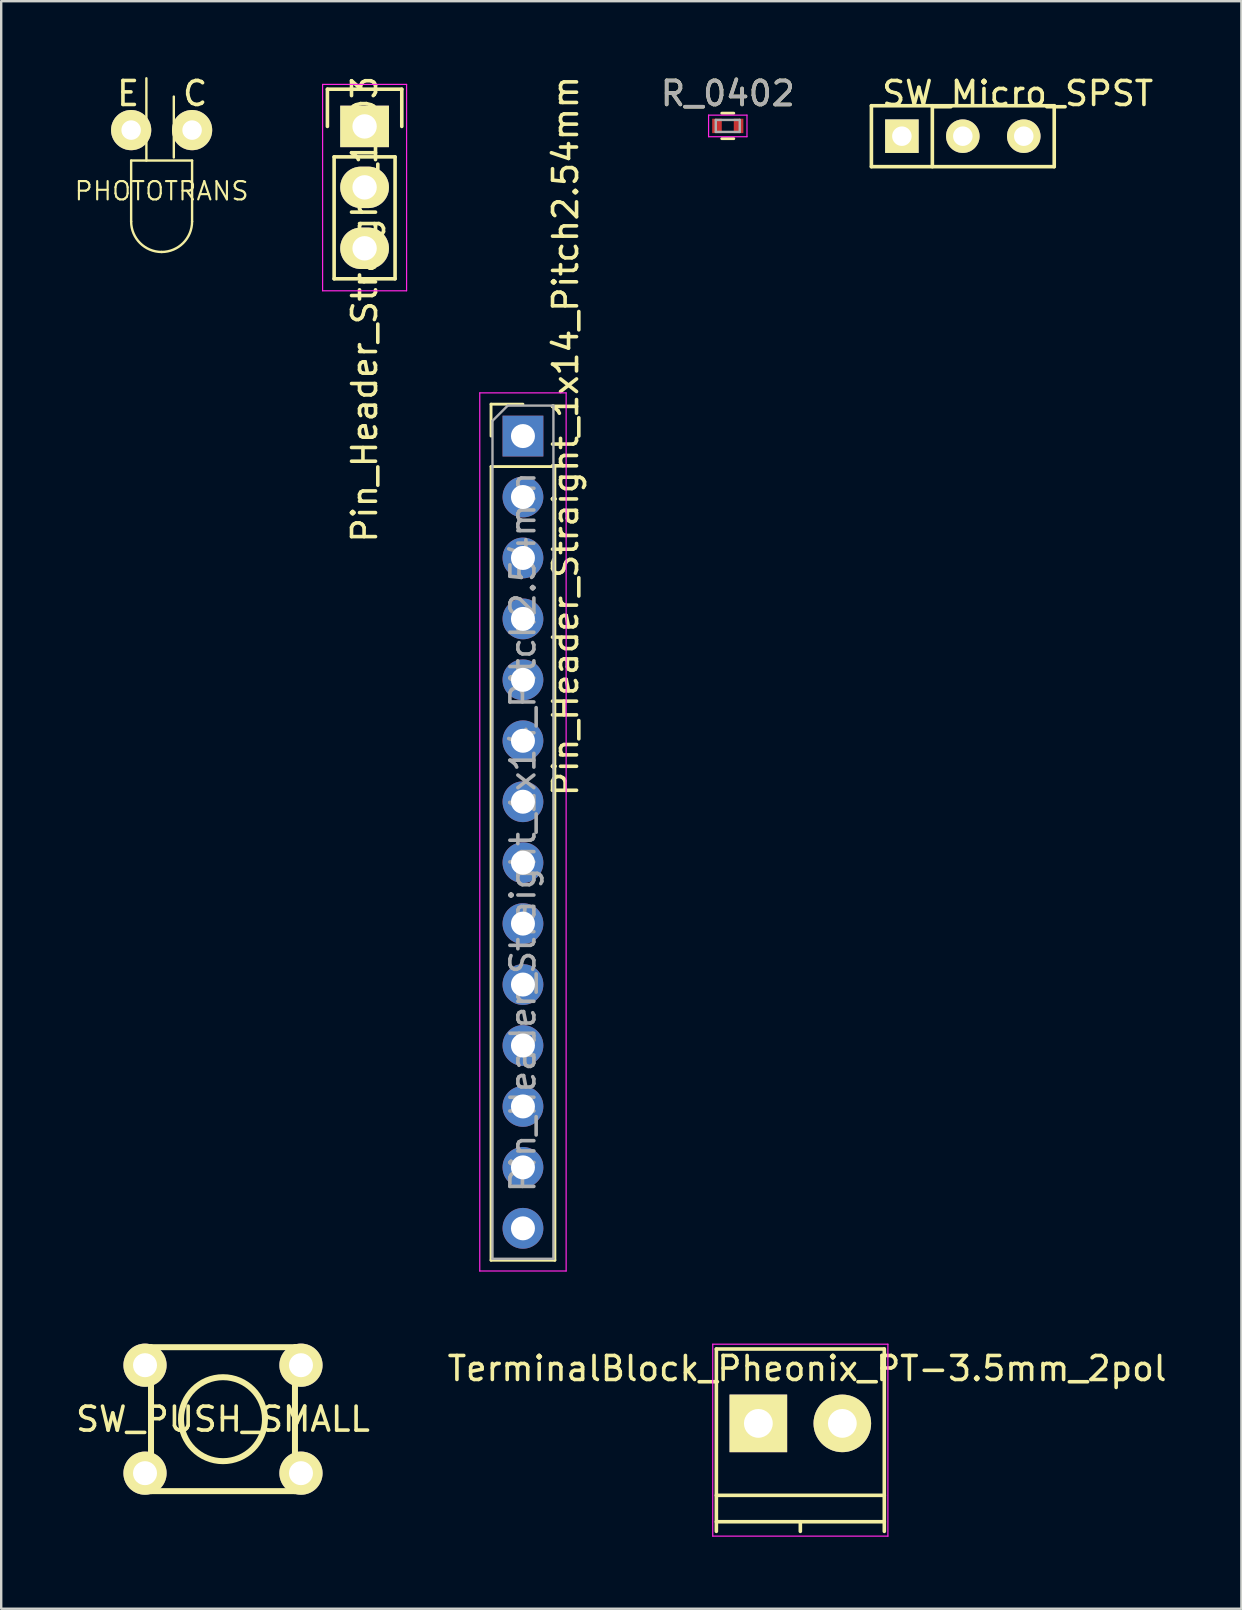
<source format=kicad_pcb>
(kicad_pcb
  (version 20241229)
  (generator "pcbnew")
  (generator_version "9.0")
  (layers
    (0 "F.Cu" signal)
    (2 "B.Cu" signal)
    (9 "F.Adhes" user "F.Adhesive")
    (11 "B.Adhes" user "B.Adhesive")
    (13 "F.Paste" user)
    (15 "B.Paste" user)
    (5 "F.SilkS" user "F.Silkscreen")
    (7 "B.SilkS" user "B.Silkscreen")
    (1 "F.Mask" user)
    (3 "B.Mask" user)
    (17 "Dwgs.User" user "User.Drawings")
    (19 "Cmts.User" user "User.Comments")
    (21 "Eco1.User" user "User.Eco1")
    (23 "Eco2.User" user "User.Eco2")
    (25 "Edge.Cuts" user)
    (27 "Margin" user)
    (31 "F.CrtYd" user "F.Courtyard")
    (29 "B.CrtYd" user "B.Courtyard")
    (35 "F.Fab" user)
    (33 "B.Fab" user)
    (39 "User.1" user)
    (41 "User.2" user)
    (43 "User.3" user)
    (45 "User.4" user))
  (footprint "Pin_Header_Straight_1x14_Pitch2.54mm"
    (layer "F.Cu")
    (at 18.746 15.125)
    (property "Reference" "Pin_Header_Straight_1x14_Pitch2.54mm" (at 1.778 0 90) (layer "F.SilkS") (effects (font (size 1 1) (thickness 0.15))))
    (attr through_hole)
    (fp_line (start -1.33 -1.33) (end 0 -1.33) (stroke (width 0.12) (type solid)) (layer "F.SilkS"))
    (fp_line (start -1.33 0) (end -1.33 -1.33) (stroke (width 0.12) (type solid)) (layer "F.SilkS"))
    (fp_line (start -1.33 1.27) (end -1.33 34.35) (stroke (width 0.12) (type solid)) (layer "F.SilkS"))
    (fp_line (start -1.33 1.27) (end 1.33 1.27) (stroke (width 0.12) (type solid)) (layer "F.SilkS"))
    (fp_line (start -1.33 34.35) (end 1.33 34.35) (stroke (width 0.12) (type solid)) (layer "F.SilkS"))
    (fp_line (start 1.33 1.27) (end 1.33 34.35) (stroke (width 0.12) (type solid)) (layer "F.SilkS"))
    (fp_line (start -1.8 -1.8) (end -1.8 34.8) (stroke (width 0.05) (type solid)) (layer "F.CrtYd"))
    (fp_line (start -1.8 34.8) (end 1.8 34.8) (stroke (width 0.05) (type solid)) (layer "F.CrtYd"))
    (fp_line (start 1.8 -1.8) (end -1.8 -1.8) (stroke (width 0.05) (type solid)) (layer "F.CrtYd"))
    (fp_line (start 1.8 34.8) (end 1.8 -1.8) (stroke (width 0.05) (type solid)) (layer "F.CrtYd"))
    (fp_line (start -1.27 -0.635) (end -0.635 -1.27) (stroke (width 0.1) (type solid)) (layer "F.Fab"))
    (fp_line (start -1.27 34.29) (end -1.27 -0.635) (stroke (width 0.1) (type solid)) (layer "F.Fab"))
    (fp_line (start -0.635 -1.27) (end 1.27 -1.27) (stroke (width 0.1) (type solid)) (layer "F.Fab"))
    (fp_line (start 1.27 -1.27) (end 1.27 34.29) (stroke (width 0.1) (type solid)) (layer "F.Fab"))
    (fp_line (start 1.27 34.29) (end -1.27 34.29) (stroke (width 0.1) (type solid)) (layer "F.Fab"))
    (fp_text user "${REFERENCE}" (at 0 16.51 90) (layer "F.Fab") (effects (font (size 1 1) (thickness 0.15))))
    (pad "1" thru_hole rect (at 0 0) (size 1.7 1.7) (drill 1) (layers "*.Cu" "*.Mask"))
    (pad "2" thru_hole oval (at 0 2.54) (size 1.7 1.7) (drill 1) (layers "*.Cu" "*.Mask"))
    (pad "3" thru_hole oval (at 0 5.08) (size 1.7 1.7) (drill 1) (layers "*.Cu" "*.Mask"))
    (pad "4" thru_hole oval (at 0 7.62) (size 1.7 1.7) (drill 1) (layers "*.Cu" "*.Mask"))
    (pad "5" thru_hole oval (at 0 10.16) (size 1.7 1.7) (drill 1) (layers "*.Cu" "*.Mask"))
    (pad "6" thru_hole oval (at 0 12.7) (size 1.7 1.7) (drill 1) (layers "*.Cu" "*.Mask"))
    (pad "7" thru_hole oval (at 0 15.24) (size 1.7 1.7) (drill 1) (layers "*.Cu" "*.Mask"))
    (pad "8" thru_hole oval (at 0 17.78) (size 1.7 1.7) (drill 1) (layers "*.Cu" "*.Mask"))
    (pad "9" thru_hole oval (at 0 20.32) (size 1.7 1.7) (drill 1) (layers "*.Cu" "*.Mask"))
    (pad "10" thru_hole oval (at 0 22.86) (size 1.7 1.7) (drill 1) (layers "*.Cu" "*.Mask"))
    (pad "11" thru_hole oval (at 0 25.4) (size 1.7 1.7) (drill 1) (layers "*.Cu" "*.Mask"))
    (pad "12" thru_hole oval (at 0 27.94) (size 1.7 1.7) (drill 1) (layers "*.Cu" "*.Mask"))
    (pad "13" thru_hole oval (at 0 30.48) (size 1.7 1.7) (drill 1) (layers "*.Cu" "*.Mask"))
    (pad "14" thru_hole oval (at 0 33.02) (size 1.7 1.7) (drill 1) (layers "*.Cu" "*.Mask")))
  (footprint "Pin_Header_Straight_1x03"
    (layer "F.Cu")
    (at 12.146 2.219)
    (property "Reference" "Pin_Header_Straight_1x03" (at 0 7.62 90) (layer "F.SilkS") (effects (font (size 1 1) (thickness 0.15))))
    (attr through_hole)
    (fp_line (start -1.55 -1.55) (end 1.55 -1.55) (stroke (width 0.15) (type solid)) (layer "F.SilkS"))
    (fp_line (start -1.55 0) (end -1.55 -1.55) (stroke (width 0.15) (type solid)) (layer "F.SilkS"))
    (fp_line (start -1.27 1.27) (end -1.27 6.35) (stroke (width 0.15) (type solid)) (layer "F.SilkS"))
    (fp_line (start -1.27 6.35) (end 1.27 6.35) (stroke (width 0.15) (type solid)) (layer "F.SilkS"))
    (fp_line (start 1.27 1.27) (end -1.27 1.27) (stroke (width 0.15) (type solid)) (layer "F.SilkS"))
    (fp_line (start 1.27 6.35) (end 1.27 1.27) (stroke (width 0.15) (type solid)) (layer "F.SilkS"))
    (fp_line (start 1.55 -1.55) (end 1.55 0) (stroke (width 0.15) (type solid)) (layer "F.SilkS"))
    (fp_line (start -1.75 -1.75) (end -1.75 6.85) (stroke (width 0.05) (type solid)) (layer "F.CrtYd"))
    (fp_line (start -1.75 -1.75) (end 1.75 -1.75) (stroke (width 0.05) (type solid)) (layer "F.CrtYd"))
    (fp_line (start -1.75 6.85) (end 1.75 6.85) (stroke (width 0.05) (type solid)) (layer "F.CrtYd"))
    (fp_line (start 1.75 -1.75) (end 1.75 6.85) (stroke (width 0.05) (type solid)) (layer "F.CrtYd"))
    (pad "1" thru_hole rect (at 0 0) (size 2.032 1.727) (drill 1.016) (layers "*.Cu" "*.Mask" "F.SilkS"))
    (pad "2" thru_hole oval (at 0 2.54) (size 2.032 1.727) (drill 1.016) (layers "*.Cu" "*.Mask" "F.SilkS"))
    (pad "3" thru_hole oval (at 0 5.08) (size 2.032 1.727) (drill 1.016) (layers "*.Cu" "*.Mask" "F.SilkS")))
  (footprint "R_0402"
    (layer "F.Cu")
    (at 27.283 2.198)
    (property "Reference" "R_0402" (at 0 -1.35 0) (layer "F.SilkS") (effects (font (size 1 1) (thickness 0.15))))
    (attr smd)
    (fp_line (start -0.25 0.53) (end 0.25 0.53) (stroke (width 0.12) (type solid)) (layer "F.SilkS"))
    (fp_line (start 0.25 -0.53) (end -0.25 -0.53) (stroke (width 0.12) (type solid)) (layer "F.SilkS"))
    (fp_line (start -0.8 -0.45) (end -0.8 0.45) (stroke (width 0.05) (type solid)) (layer "F.CrtYd"))
    (fp_line (start -0.8 -0.45) (end 0.8 -0.45) (stroke (width 0.05) (type solid)) (layer "F.CrtYd"))
    (fp_line (start 0.8 0.45) (end -0.8 0.45) (stroke (width 0.05) (type solid)) (layer "F.CrtYd"))
    (fp_line (start 0.8 0.45) (end 0.8 -0.45) (stroke (width 0.05) (type solid)) (layer "F.CrtYd"))
    (fp_line (start -0.5 -0.25) (end 0.5 -0.25) (stroke (width 0.1) (type solid)) (layer "F.Fab"))
    (fp_line (start -0.5 0.25) (end -0.5 -0.25) (stroke (width 0.1) (type solid)) (layer "F.Fab"))
    (fp_line (start 0.5 -0.25) (end 0.5 0.25) (stroke (width 0.1) (type solid)) (layer "F.Fab"))
    (fp_line (start 0.5 0.25) (end -0.5 0.25) (stroke (width 0.1) (type solid)) (layer "F.Fab"))
    (fp_text user "${REFERENCE}" (at 0 -1.35 0) (layer "F.Fab") (effects (font (size 1 1) (thickness 0.15))))
    (pad "1" smd rect (at -0.45 0) (size 0.4 0.6) (layers "F.Cu" "F.Mask" "F.Paste"))
    (pad "2" smd rect (at 0.45 0) (size 0.4 0.6) (layers "F.Cu" "F.Mask" "F.Paste")))
  (footprint "TerminalBlock_Pheonix_PT-3.5mm_2pol"
    (layer "F.Cu")
    (at 28.557 56.275)
    (property "Reference" "TerminalBlock_Pheonix_PT-3.5mm_2pol" (at 2.032 -2.286 0) (layer "F.SilkS") (effects (font (size 1 1) (thickness 0.15))))
    (attr through_hole)
    (fp_line (start -1.75 -3.1) (end -1.75 4.5) (stroke (width 0.15) (type solid)) (layer "F.SilkS"))
    (fp_line (start -1.75 3) (end 5.25 3) (stroke (width 0.15) (type solid)) (layer "F.SilkS"))
    (fp_line (start -1.75 4.1) (end 5.25 4.1) (stroke (width 0.15) (type solid)) (layer "F.SilkS"))
    (fp_line (start 1.75 4.1) (end 1.75 4.5) (stroke (width 0.15) (type solid)) (layer "F.SilkS"))
    (fp_line (start 5.25 -3.1) (end -1.75 -3.1) (stroke (width 0.15) (type solid)) (layer "F.SilkS"))
    (fp_line (start 5.25 4.5) (end 5.25 -3.1) (stroke (width 0.15) (type solid)) (layer "F.SilkS"))
    (fp_line (start -1.9 -3.3) (end 5.4 -3.3) (stroke (width 0.05) (type solid)) (layer "F.CrtYd"))
    (fp_line (start -1.9 4.7) (end -1.9 -3.3) (stroke (width 0.05) (type solid)) (layer "F.CrtYd"))
    (fp_line (start 5.4 -3.3) (end 5.4 4.7) (stroke (width 0.05) (type solid)) (layer "F.CrtYd"))
    (fp_line (start 5.4 4.7) (end -1.9 4.7) (stroke (width 0.05) (type solid)) (layer "F.CrtYd"))
    (pad "1" thru_hole rect (at 0 0) (size 2.4 2.4) (drill 1.2) (layers "*.Cu" "*.Mask" "F.SilkS"))
    (pad "2" thru_hole circle (at 3.5 0) (size 2.4 2.4) (drill 1.2) (layers "*.Cu" "*.Mask" "F.SilkS")))
  (footprint "SW_Micro_SPST"
    (layer "F.Cu")
    (at 37.079 2.626)
    (property "Reference" "SW_Micro_SPST" (at 2.286 -1.778 0) (layer "F.SilkS") (effects (font (size 1 1) (thickness 0.15))))
    (attr through_hole)
    (fp_line (start -3.81 -1.27) (end 3.81 -1.27) (stroke (width 0.15) (type solid)) (layer "F.SilkS"))
    (fp_line (start -3.81 1.27) (end -3.81 -1.27) (stroke (width 0.15) (type solid)) (layer "F.SilkS"))
    (fp_line (start -1.27 -1.27) (end -1.27 1.27) (stroke (width 0.15) (type solid)) (layer "F.SilkS"))
    (fp_line (start 3.81 -1.27) (end 3.81 1.27) (stroke (width 0.15) (type solid)) (layer "F.SilkS"))
    (fp_line (start 3.81 1.27) (end -3.81 1.27) (stroke (width 0.15) (type solid)) (layer "F.SilkS"))
    (pad "1" thru_hole rect (at -2.54 0) (size 1.397 1.397) (drill 0.813) (layers "*.Cu" "*.Mask" "F.SilkS"))
    (pad "2" thru_hole circle (at 0 0) (size 1.397 1.397) (drill 0.813) (layers "*.Cu" "*.Mask" "F.SilkS"))
    (pad "3" thru_hole circle (at 2.54 0) (size 1.397 1.397) (drill 0.813) (layers "*.Cu" "*.Mask" "F.SilkS")))
  (footprint "SW_PUSH_SMALL"
    (layer "F.Cu")
    (at 6.244 56.1)
    (property "Reference" "SW_PUSH_SMALL" (at 0 0 0) (layer "F.SilkS") (effects (font (size 1 1) (thickness 0.15))))
    (attr through_hole)
    (fp_line (start -3 -3) (end 3 -3) (stroke (width 0.25) (type solid)) (layer "F.SilkS"))
    (fp_line (start -3 3) (end -3 -3) (stroke (width 0.25) (type solid)) (layer "F.SilkS"))
    (fp_line (start 3 -3) (end 3 3) (stroke (width 0.25) (type solid)) (layer "F.SilkS"))
    (fp_line (start 3 3) (end -3 3) (stroke (width 0.25) (type solid)) (layer "F.SilkS"))
    (fp_circle (center 0 0) (end -1.75 0) (stroke (width 0.25) (type solid)) (fill no) (layer "F.SilkS"))
    (pad "1" thru_hole circle (at -3.25 -2.25) (size 1.8 1.8) (drill 1) (layers "*.Cu" "*.Mask" "F.SilkS"))
    (pad "1" thru_hole circle (at 3.25 -2.25) (size 1.8 1.8) (drill 1) (layers "*.Cu" "*.Mask" "F.SilkS"))
    (pad "2" thru_hole circle (at -3.25 2.25) (size 1.8 1.8) (drill 1) (layers "*.Cu" "*.Mask" "F.SilkS"))
    (pad "2" thru_hole circle (at 3.25 2.25) (size 1.8 1.8) (drill 1) (layers "*.Cu" "*.Mask" "F.SilkS")))
  (footprint "PHOTOTRANS"
    (layer "F.Cu")
    (at 3.686 2.372)
    (property "Reference" "PHOTOTRANS" (at 0 2.54 180) (layer "F.SilkS") (effects (font (size 0.762 0.762) (thickness 0.089))))
    (attr through_hole)
    (fp_line (start -1.27 1.27) (end -1.27 3.81) (stroke (width 0.1) (type solid)) (layer "F.SilkS"))
    (fp_line (start -0.635 1.27) (end -0.635 -2.159) (stroke (width 0.1) (type solid)) (layer "F.SilkS"))
    (fp_line (start 0.508 1.143) (end 0.508 -1.397) (stroke (width 0.1) (type solid)) (layer "F.SilkS"))
    (fp_line (start 1.27 1.27) (end -1.27 1.27) (stroke (width 0.1) (type solid)) (layer "F.SilkS"))
    (fp_line (start 1.27 3.81) (end 1.27 1.27) (stroke (width 0.1) (type solid)) (layer "F.SilkS"))
    (fp_arc (start 0 5.08) (mid -0.898026 4.708026) (end -1.27 3.81) (stroke (width 0.1) (type solid)) (layer "F.SilkS"))
    (fp_arc (start 1.27 3.81) (mid 0.898026 4.708026) (end 0 5.08) (stroke (width 0.1) (type solid)) (layer "F.SilkS"))
    (fp_text user "E" (at -1.397 -1.524 0) (layer "F.SilkS") (effects (font (size 1 1) (thickness 0.15))))
    (fp_text user "C" (at 1.397 -1.524 0) (layer "F.SilkS") (effects (font (size 1 1) (thickness 0.15))))
    (pad "1" thru_hole circle (at -1.27 0) (size 1.676 1.676) (drill 0.813) (layers "*.Cu" "*.Mask" "F.SilkS"))
    (pad "3" thru_hole circle (at 1.27 0 45) (size 1.676 1.676) (drill 0.813) (layers "*.Cu" "*.Mask" "F.SilkS")))
  (gr_rect
    (start -3 -3)
    (end 48.69 64)
    (stroke (width 0.1) (type default))
    (fill no)
    (layer "Edge.Cuts")))
</source>
